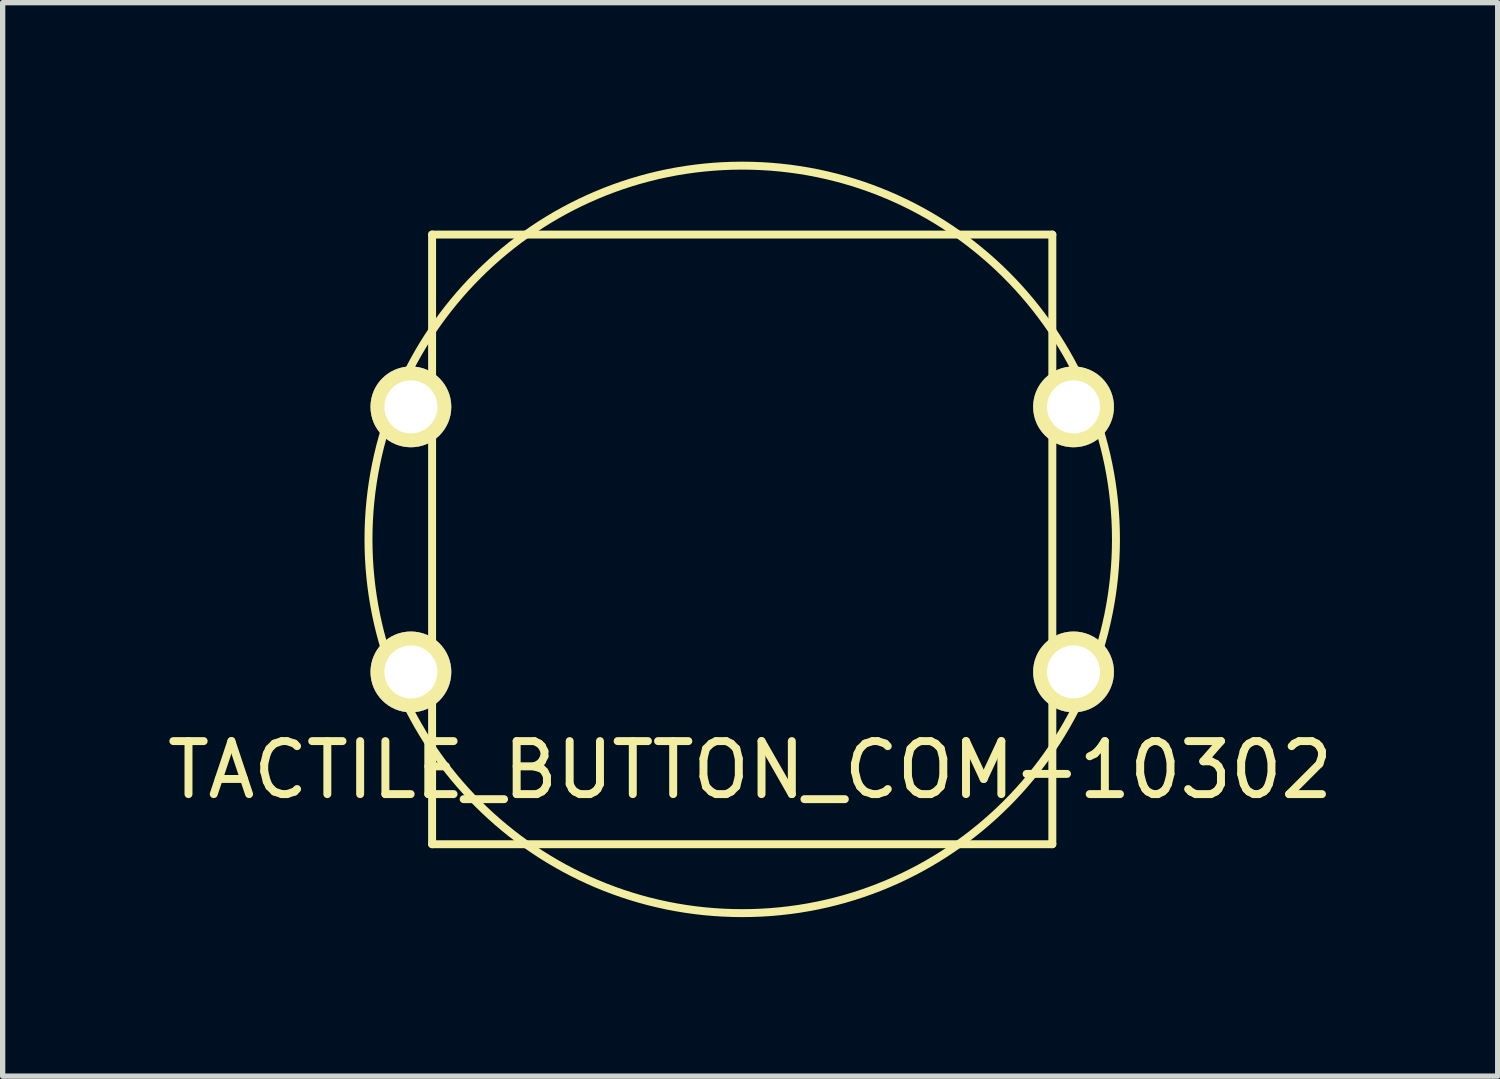
<source format=kicad_pcb>
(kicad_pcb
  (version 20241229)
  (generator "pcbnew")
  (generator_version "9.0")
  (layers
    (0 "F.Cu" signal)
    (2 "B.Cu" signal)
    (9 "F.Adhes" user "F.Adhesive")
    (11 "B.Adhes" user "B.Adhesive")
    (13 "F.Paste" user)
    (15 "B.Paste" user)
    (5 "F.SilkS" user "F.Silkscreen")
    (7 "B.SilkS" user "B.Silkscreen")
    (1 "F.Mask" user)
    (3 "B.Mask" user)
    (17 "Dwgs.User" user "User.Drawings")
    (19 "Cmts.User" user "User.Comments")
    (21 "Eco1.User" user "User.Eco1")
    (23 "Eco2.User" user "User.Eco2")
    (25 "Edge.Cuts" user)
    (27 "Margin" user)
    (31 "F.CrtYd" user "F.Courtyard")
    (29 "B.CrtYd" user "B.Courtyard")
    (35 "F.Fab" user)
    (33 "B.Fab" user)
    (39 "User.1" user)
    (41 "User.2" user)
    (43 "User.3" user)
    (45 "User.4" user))
  (footprint "TACTILE_BUTTON_COM-10302"
    (layer "F.Cu")
    (at 4.701 12.875)
    (property "Reference" "TACTILE_BUTTON_COM-10302" (at 6.4 -1.4 0) (layer "F.SilkS") (effects (font (size 1 1) (thickness 0.15))))
    (attr through_hole)
    (fp_line (start 0.4 -11.5) (end 0.4 0) (stroke (width 0.15) (type solid)) (layer "F.SilkS"))
    (fp_line (start 0.4 0) (end 12.1 0) (stroke (width 0.15) (type solid)) (layer "F.SilkS"))
    (fp_line (start 12.1 -11.5) (end 0.4 -11.5) (stroke (width 0.15) (type solid)) (layer "F.SilkS"))
    (fp_line (start 12.1 0) (end 12.1 -11.5) (stroke (width 0.15) (type solid)) (layer "F.SilkS"))
    (fp_circle (center 6.25 -5.75) (end 13.3 -5.75) (stroke (width 0.15) (type solid)) (fill no) (layer "F.SilkS"))
    (pad "1" thru_hole circle (at 0 -8.25) (size 1.524 1.524) (drill 1) (layers "*.Cu" "*.Mask" "F.SilkS"))
    (pad "2" thru_hole circle (at 12.5 -8.25) (size 1.524 1.524) (drill 1) (layers "*.Cu" "*.Mask" "F.SilkS"))
    (pad "3" thru_hole circle (at 0 -3.25) (size 1.524 1.524) (drill 1) (layers "*.Cu" "*.Mask" "F.SilkS"))
    (pad "4" thru_hole circle (at 12.5 -3.25) (size 1.524 1.524) (drill 1) (layers "*.Cu" "*.Mask" "F.SilkS")))
  (gr_rect
    (start -3 -3)
    (end 25.202 17.25)
    (stroke (width 0.1) (type default))
    (fill no)
    (layer "Edge.Cuts")))
</source>
